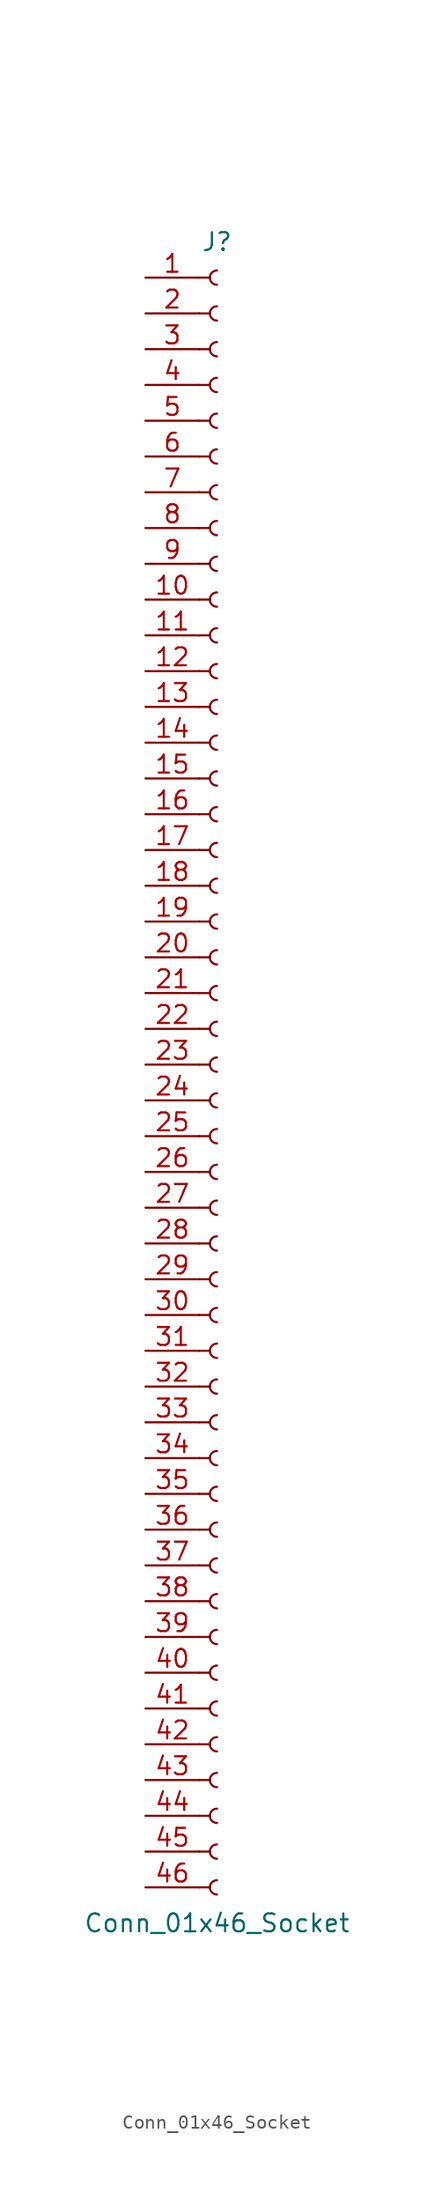
<source format=kicad_sym>
(kicad_symbol_lib
  (version 20220914)
  (generator kicad_symbol_editor)
  (symbol "Conn_01x46_Socket"
    (pin_names
      (offset 1.016) hide)
    (property "Reference" "J"
      (at 0 58.42 0)
      (effects (font (size 1.27 1.27))))
    (property "Value" "Conn_01x46_Socket"
      (at 0 -60.96 0)
      (effects (font (size 1.27 1.27))))
    (property "ki_locked" ""
      (at 0 0 0)
      (effects (font (size 1.27 1.27))))
    (symbol "Conn_01x46_Socket_1_1"
      (arc (start 0 -57.912) (mid -0.5058 -58.42) (end 0 -58.928) (stroke (width 0.1524) (type default)) (fill (type none)))
      (arc (start 0 -55.372) (mid -0.5058 -55.88) (end 0 -56.388) (stroke (width 0.1524) (type default)) (fill (type none)))
      (arc (start 0 -52.832) (mid -0.5058 -53.34) (end 0 -53.848) (stroke (width 0.1524) (type default)) (fill (type none)))
      (arc (start 0 -50.292) (mid -0.5058 -50.8) (end 0 -51.308) (stroke (width 0.1524) (type default)) (fill (type none)))
      (arc (start 0 -47.752) (mid -0.5058 -48.26) (end 0 -48.768) (stroke (width 0.1524) (type default)) (fill (type none)))
      (arc (start 0 -45.212) (mid -0.5058 -45.72) (end 0 -46.228) (stroke (width 0.1524) (type default)) (fill (type none)))
      (arc (start 0 -42.672) (mid -0.5058 -43.18) (end 0 -43.688) (stroke (width 0.1524) (type default)) (fill (type none)))
      (arc (start 0 -40.132) (mid -0.5058 -40.64) (end 0 -41.148) (stroke (width 0.1524) (type default)) (fill (type none)))
      (arc (start 0 -37.592) (mid -0.5058 -38.1) (end 0 -38.608) (stroke (width 0.1524) (type default)) (fill (type none)))
      (arc (start 0 -35.052) (mid -0.5058 -35.56) (end 0 -36.068) (stroke (width 0.1524) (type default)) (fill (type none)))
      (arc (start 0 -32.512) (mid -0.5058 -33.02) (end 0 -33.528) (stroke (width 0.1524) (type default)) (fill (type none)))
      (arc (start 0 -29.972) (mid -0.5058 -30.48) (end 0 -30.988) (stroke (width 0.1524) (type default)) (fill (type none)))
      (arc (start 0 -27.432) (mid -0.5058 -27.94) (end 0 -28.448) (stroke (width 0.1524) (type default)) (fill (type none)))
      (arc (start 0 -24.892) (mid -0.5058 -25.4) (end 0 -25.908) (stroke (width 0.1524) (type default)) (fill (type none)))
      (arc (start 0 -22.352) (mid -0.5058 -22.86) (end 0 -23.368) (stroke (width 0.1524) (type default)) (fill (type none)))
      (arc (start 0 -19.812) (mid -0.5058 -20.32) (end 0 -20.828) (stroke (width 0.1524) (type default)) (fill (type none)))
      (arc (start 0 -17.272) (mid -0.5058 -17.78) (end 0 -18.288) (stroke (width 0.1524) (type default)) (fill (type none)))
      (arc (start 0 -14.732) (mid -0.5058 -15.24) (end 0 -15.748) (stroke (width 0.1524) (type default)) (fill (type none)))
      (arc (start 0 -12.192) (mid -0.5058 -12.7) (end 0 -13.208) (stroke (width 0.1524) (type default)) (fill (type none)))
      (arc (start 0 -9.652) (mid -0.5058 -10.16) (end 0 -10.668) (stroke (width 0.1524) (type default)) (fill (type none)))
      (arc (start 0 -7.112) (mid -0.5058 -7.62) (end 0 -8.128) (stroke (width 0.1524) (type default)) (fill (type none)))
      (arc (start 0 -4.572) (mid -0.5058 -5.08) (end 0 -5.588) (stroke (width 0.1524) (type default)) (fill (type none)))
      (arc (start 0 -2.032) (mid -0.5058 -2.54) (end 0 -3.048) (stroke (width 0.1524) (type default)) (fill (type none)))
      (polyline (pts (xy -1.27 -58.42) (xy -0.508 -58.42)) (stroke (width 0.152) (type default)) (fill (type none)))
      (polyline (pts (xy -1.27 -55.88) (xy -0.508 -55.88)) (stroke (width 0.152) (type default)) (fill (type none)))
      (polyline (pts (xy -1.27 -53.34) (xy -0.508 -53.34)) (stroke (width 0.152) (type default)) (fill (type none)))
      (polyline (pts (xy -1.27 -50.8) (xy -0.508 -50.8)) (stroke (width 0.152) (type default)) (fill (type none)))
      (polyline (pts (xy -1.27 -48.26) (xy -0.508 -48.26)) (stroke (width 0.152) (type default)) (fill (type none)))
      (polyline (pts (xy -1.27 -45.72) (xy -0.508 -45.72)) (stroke (width 0.152) (type default)) (fill (type none)))
      (polyline (pts (xy -1.27 -43.18) (xy -0.508 -43.18)) (stroke (width 0.152) (type default)) (fill (type none)))
      (polyline (pts (xy -1.27 -40.64) (xy -0.508 -40.64)) (stroke (width 0.152) (type default)) (fill (type none)))
      (polyline (pts (xy -1.27 -38.1) (xy -0.508 -38.1)) (stroke (width 0.152) (type default)) (fill (type none)))
      (polyline (pts (xy -1.27 -35.56) (xy -0.508 -35.56)) (stroke (width 0.152) (type default)) (fill (type none)))
      (polyline (pts (xy -1.27 -33.02) (xy -0.508 -33.02)) (stroke (width 0.152) (type default)) (fill (type none)))
      (polyline (pts (xy -1.27 -30.48) (xy -0.508 -30.48)) (stroke (width 0.152) (type default)) (fill (type none)))
      (polyline (pts (xy -1.27 -27.94) (xy -0.508 -27.94)) (stroke (width 0.152) (type default)) (fill (type none)))
      (polyline (pts (xy -1.27 -25.4) (xy -0.508 -25.4)) (stroke (width 0.152) (type default)) (fill (type none)))
      (polyline (pts (xy -1.27 -22.86) (xy -0.508 -22.86)) (stroke (width 0.152) (type default)) (fill (type none)))
      (polyline (pts (xy -1.27 -20.32) (xy -0.508 -20.32)) (stroke (width 0.152) (type default)) (fill (type none)))
      (polyline (pts (xy -1.27 -17.78) (xy -0.508 -17.78)) (stroke (width 0.152) (type default)) (fill (type none)))
      (polyline (pts (xy -1.27 -15.24) (xy -0.508 -15.24)) (stroke (width 0.152) (type default)) (fill (type none)))
      (polyline (pts (xy -1.27 -12.7) (xy -0.508 -12.7)) (stroke (width 0.152) (type default)) (fill (type none)))
      (polyline (pts (xy -1.27 -10.16) (xy -0.508 -10.16)) (stroke (width 0.152) (type default)) (fill (type none)))
      (polyline (pts (xy -1.27 -7.62) (xy -0.508 -7.62)) (stroke (width 0.152) (type default)) (fill (type none)))
      (polyline (pts (xy -1.27 -5.08) (xy -0.508 -5.08)) (stroke (width 0.152) (type default)) (fill (type none)))
      (polyline (pts (xy -1.27 -2.54) (xy -0.508 -2.54)) (stroke (width 0.152) (type default)) (fill (type none)))
      (polyline (pts (xy -1.27 0) (xy -0.508 0)) (stroke (width 0.152) (type default)) (fill (type none)))
      (polyline (pts (xy -1.27 2.54) (xy -0.508 2.54)) (stroke (width 0.152) (type default)) (fill (type none)))
      (polyline (pts (xy -1.27 5.08) (xy -0.508 5.08)) (stroke (width 0.152) (type default)) (fill (type none)))
      (polyline (pts (xy -1.27 7.62) (xy -0.508 7.62)) (stroke (width 0.152) (type default)) (fill (type none)))
      (polyline (pts (xy -1.27 10.16) (xy -0.508 10.16)) (stroke (width 0.152) (type default)) (fill (type none)))
      (polyline (pts (xy -1.27 12.7) (xy -0.508 12.7)) (stroke (width 0.152) (type default)) (fill (type none)))
      (polyline (pts (xy -1.27 15.24) (xy -0.508 15.24)) (stroke (width 0.152) (type default)) (fill (type none)))
      (polyline (pts (xy -1.27 17.78) (xy -0.508 17.78)) (stroke (width 0.152) (type default)) (fill (type none)))
      (polyline (pts (xy -1.27 20.32) (xy -0.508 20.32)) (stroke (width 0.152) (type default)) (fill (type none)))
      (polyline (pts (xy -1.27 22.86) (xy -0.508 22.86)) (stroke (width 0.152) (type default)) (fill (type none)))
      (polyline (pts (xy -1.27 25.4) (xy -0.508 25.4)) (stroke (width 0.152) (type default)) (fill (type none)))
      (polyline (pts (xy -1.27 27.94) (xy -0.508 27.94)) (stroke (width 0.152) (type default)) (fill (type none)))
      (polyline (pts (xy -1.27 30.48) (xy -0.508 30.48)) (stroke (width 0.152) (type default)) (fill (type none)))
      (polyline (pts (xy -1.27 33.02) (xy -0.508 33.02)) (stroke (width 0.152) (type default)) (fill (type none)))
      (polyline (pts (xy -1.27 35.56) (xy -0.508 35.56)) (stroke (width 0.152) (type default)) (fill (type none)))
      (polyline (pts (xy -1.27 38.1) (xy -0.508 38.1)) (stroke (width 0.152) (type default)) (fill (type none)))
      (polyline (pts (xy -1.27 40.64) (xy -0.508 40.64)) (stroke (width 0.152) (type default)) (fill (type none)))
      (polyline (pts (xy -1.27 43.18) (xy -0.508 43.18)) (stroke (width 0.152) (type default)) (fill (type none)))
      (polyline (pts (xy -1.27 45.72) (xy -0.508 45.72)) (stroke (width 0.152) (type default)) (fill (type none)))
      (polyline (pts (xy -1.27 48.26) (xy -0.508 48.26)) (stroke (width 0.152) (type default)) (fill (type none)))
      (polyline (pts (xy -1.27 50.8) (xy -0.508 50.8)) (stroke (width 0.152) (type default)) (fill (type none)))
      (polyline (pts (xy -1.27 53.34) (xy -0.508 53.34)) (stroke (width 0.152) (type default)) (fill (type none)))
      (polyline (pts (xy -1.27 55.88) (xy -0.508 55.88)) (stroke (width 0.152) (type default)) (fill (type none)))
      (arc (start 0 0.508) (mid -0.5058 0) (end 0 -0.508) (stroke (width 0.1524) (type default)) (fill (type none)))
      (arc (start 0 3.048) (mid -0.5058 2.54) (end 0 2.032) (stroke (width 0.1524) (type default)) (fill (type none)))
      (arc (start 0 5.588) (mid -0.5058 5.08) (end 0 4.572) (stroke (width 0.1524) (type default)) (fill (type none)))
      (arc (start 0 8.128) (mid -0.5058 7.62) (end 0 7.112) (stroke (width 0.1524) (type default)) (fill (type none)))
      (arc (start 0 10.668) (mid -0.5058 10.16) (end 0 9.652) (stroke (width 0.1524) (type default)) (fill (type none)))
      (arc (start 0 13.208) (mid -0.5058 12.7) (end 0 12.192) (stroke (width 0.1524) (type default)) (fill (type none)))
      (arc (start 0 15.748) (mid -0.5058 15.24) (end 0 14.732) (stroke (width 0.1524) (type default)) (fill (type none)))
      (arc (start 0 18.288) (mid -0.5058 17.78) (end 0 17.272) (stroke (width 0.1524) (type default)) (fill (type none)))
      (arc (start 0 20.828) (mid -0.5058 20.32) (end 0 19.812) (stroke (width 0.1524) (type default)) (fill (type none)))
      (arc (start 0 23.368) (mid -0.5058 22.86) (end 0 22.352) (stroke (width 0.1524) (type default)) (fill (type none)))
      (arc (start 0 25.908) (mid -0.5058 25.4) (end 0 24.892) (stroke (width 0.1524) (type default)) (fill (type none)))
      (arc (start 0 28.448) (mid -0.5058 27.94) (end 0 27.432) (stroke (width 0.1524) (type default)) (fill (type none)))
      (arc (start 0 30.988) (mid -0.5058 30.48) (end 0 29.972) (stroke (width 0.1524) (type default)) (fill (type none)))
      (arc (start 0 33.528) (mid -0.5058 33.02) (end 0 32.512) (stroke (width 0.1524) (type default)) (fill (type none)))
      (arc (start 0 36.068) (mid -0.5058 35.56) (end 0 35.052) (stroke (width 0.1524) (type default)) (fill (type none)))
      (arc (start 0 38.608) (mid -0.5058 38.1) (end 0 37.592) (stroke (width 0.1524) (type default)) (fill (type none)))
      (arc (start 0 41.148) (mid -0.5058 40.64) (end 0 40.132) (stroke (width 0.1524) (type default)) (fill (type none)))
      (arc (start 0 43.688) (mid -0.5058 43.18) (end 0 42.672) (stroke (width 0.1524) (type default)) (fill (type none)))
      (arc (start 0 46.228) (mid -0.5058 45.72) (end 0 45.212) (stroke (width 0.1524) (type default)) (fill (type none)))
      (arc (start 0 48.768) (mid -0.5058 48.26) (end 0 47.752) (stroke (width 0.1524) (type default)) (fill (type none)))
      (arc (start 0 51.308) (mid -0.5058 50.8) (end 0 50.292) (stroke (width 0.1524) (type default)) (fill (type none)))
      (arc (start 0 53.848) (mid -0.5058 53.34) (end 0 52.832) (stroke (width 0.1524) (type default)) (fill (type none)))
      (arc (start 0 56.388) (mid -0.5058 55.88) (end 0 55.372) (stroke (width 0.1524) (type default)) (fill (type none)))
      (pin passive line (at -5.08 55.88 0) (length 3.81) (name "Pin_1" (effects (font (size 1.27 1.27)))) (number "1" (effects (font (size 1.27 1.27)))))
      (pin passive line (at -5.08 33.02 0) (length 3.81) (name "Pin_10" (effects (font (size 1.27 1.27)))) (number "10" (effects (font (size 1.27 1.27)))))
      (pin passive line (at -5.08 30.48 0) (length 3.81) (name "Pin_11" (effects (font (size 1.27 1.27)))) (number "11" (effects (font (size 1.27 1.27)))))
      (pin passive line (at -5.08 27.94 0) (length 3.81) (name "Pin_12" (effects (font (size 1.27 1.27)))) (number "12" (effects (font (size 1.27 1.27)))))
      (pin passive line (at -5.08 25.4 0) (length 3.81) (name "Pin_13" (effects (font (size 1.27 1.27)))) (number "13" (effects (font (size 1.27 1.27)))))
      (pin passive line (at -5.08 22.86 0) (length 3.81) (name "Pin_14" (effects (font (size 1.27 1.27)))) (number "14" (effects (font (size 1.27 1.27)))))
      (pin passive line (at -5.08 20.32 0) (length 3.81) (name "Pin_15" (effects (font (size 1.27 1.27)))) (number "15" (effects (font (size 1.27 1.27)))))
      (pin passive line (at -5.08 17.78 0) (length 3.81) (name "Pin_16" (effects (font (size 1.27 1.27)))) (number "16" (effects (font (size 1.27 1.27)))))
      (pin passive line (at -5.08 15.24 0) (length 3.81) (name "Pin_17" (effects (font (size 1.27 1.27)))) (number "17" (effects (font (size 1.27 1.27)))))
      (pin passive line (at -5.08 12.7 0) (length 3.81) (name "Pin_18" (effects (font (size 1.27 1.27)))) (number "18" (effects (font (size 1.27 1.27)))))
      (pin passive line (at -5.08 10.16 0) (length 3.81) (name "Pin_19" (effects (font (size 1.27 1.27)))) (number "19" (effects (font (size 1.27 1.27)))))
      (pin passive line (at -5.08 53.34 0) (length 3.81) (name "Pin_2" (effects (font (size 1.27 1.27)))) (number "2" (effects (font (size 1.27 1.27)))))
      (pin passive line (at -5.08 7.62 0) (length 3.81) (name "Pin_20" (effects (font (size 1.27 1.27)))) (number "20" (effects (font (size 1.27 1.27)))))
      (pin passive line (at -5.08 5.08 0) (length 3.81) (name "Pin_21" (effects (font (size 1.27 1.27)))) (number "21" (effects (font (size 1.27 1.27)))))
      (pin passive line (at -5.08 2.54 0) (length 3.81) (name "Pin_22" (effects (font (size 1.27 1.27)))) (number "22" (effects (font (size 1.27 1.27)))))
      (pin passive line (at -5.08 0 0) (length 3.81) (name "Pin_23" (effects (font (size 1.27 1.27)))) (number "23" (effects (font (size 1.27 1.27)))))
      (pin passive line (at -5.08 -2.54 0) (length 3.81) (name "Pin_24" (effects (font (size 1.27 1.27)))) (number "24" (effects (font (size 1.27 1.27)))))
      (pin passive line (at -5.08 -5.08 0) (length 3.81) (name "Pin_25" (effects (font (size 1.27 1.27)))) (number "25" (effects (font (size 1.27 1.27)))))
      (pin passive line (at -5.08 -7.62 0) (length 3.81) (name "Pin_26" (effects (font (size 1.27 1.27)))) (number "26" (effects (font (size 1.27 1.27)))))
      (pin passive line (at -5.08 -10.16 0) (length 3.81) (name "Pin_27" (effects (font (size 1.27 1.27)))) (number "27" (effects (font (size 1.27 1.27)))))
      (pin passive line (at -5.08 -12.7 0) (length 3.81) (name "Pin_28" (effects (font (size 1.27 1.27)))) (number "28" (effects (font (size 1.27 1.27)))))
      (pin passive line (at -5.08 -15.24 0) (length 3.81) (name "Pin_29" (effects (font (size 1.27 1.27)))) (number "29" (effects (font (size 1.27 1.27)))))
      (pin passive line (at -5.08 50.8 0) (length 3.81) (name "Pin_3" (effects (font (size 1.27 1.27)))) (number "3" (effects (font (size 1.27 1.27)))))
      (pin passive line (at -5.08 -17.78 0) (length 3.81) (name "Pin_30" (effects (font (size 1.27 1.27)))) (number "30" (effects (font (size 1.27 1.27)))))
      (pin passive line (at -5.08 -20.32 0) (length 3.81) (name "Pin_31" (effects (font (size 1.27 1.27)))) (number "31" (effects (font (size 1.27 1.27)))))
      (pin passive line (at -5.08 -22.86 0) (length 3.81) (name "Pin_32" (effects (font (size 1.27 1.27)))) (number "32" (effects (font (size 1.27 1.27)))))
      (pin passive line (at -5.08 -25.4 0) (length 3.81) (name "Pin_33" (effects (font (size 1.27 1.27)))) (number "33" (effects (font (size 1.27 1.27)))))
      (pin passive line (at -5.08 -27.94 0) (length 3.81) (name "Pin_34" (effects (font (size 1.27 1.27)))) (number "34" (effects (font (size 1.27 1.27)))))
      (pin passive line (at -5.08 -30.48 0) (length 3.81) (name "Pin_35" (effects (font (size 1.27 1.27)))) (number "35" (effects (font (size 1.27 1.27)))))
      (pin passive line (at -5.08 -33.02 0) (length 3.81) (name "Pin_36" (effects (font (size 1.27 1.27)))) (number "36" (effects (font (size 1.27 1.27)))))
      (pin passive line (at -5.08 -35.56 0) (length 3.81) (name "Pin_37" (effects (font (size 1.27 1.27)))) (number "37" (effects (font (size 1.27 1.27)))))
      (pin passive line (at -5.08 -38.1 0) (length 3.81) (name "Pin_38" (effects (font (size 1.27 1.27)))) (number "38" (effects (font (size 1.27 1.27)))))
      (pin passive line (at -5.08 -40.64 0) (length 3.81) (name "Pin_39" (effects (font (size 1.27 1.27)))) (number "39" (effects (font (size 1.27 1.27)))))
      (pin passive line (at -5.08 48.26 0) (length 3.81) (name "Pin_4" (effects (font (size 1.27 1.27)))) (number "4" (effects (font (size 1.27 1.27)))))
      (pin passive line (at -5.08 -43.18 0) (length 3.81) (name "Pin_40" (effects (font (size 1.27 1.27)))) (number "40" (effects (font (size 1.27 1.27)))))
      (pin passive line (at -5.08 -45.72 0) (length 3.81) (name "Pin_41" (effects (font (size 1.27 1.27)))) (number "41" (effects (font (size 1.27 1.27)))))
      (pin passive line (at -5.08 -48.26 0) (length 3.81) (name "Pin_42" (effects (font (size 1.27 1.27)))) (number "42" (effects (font (size 1.27 1.27)))))
      (pin passive line (at -5.08 -50.8 0) (length 3.81) (name "Pin_43" (effects (font (size 1.27 1.27)))) (number "43" (effects (font (size 1.27 1.27)))))
      (pin passive line (at -5.08 -53.34 0) (length 3.81) (name "Pin_44" (effects (font (size 1.27 1.27)))) (number "44" (effects (font (size 1.27 1.27)))))
      (pin passive line (at -5.08 -55.88 0) (length 3.81) (name "Pin_45" (effects (font (size 1.27 1.27)))) (number "45" (effects (font (size 1.27 1.27)))))
      (pin passive line (at -5.08 -58.42 0) (length 3.81) (name "Pin_46" (effects (font (size 1.27 1.27)))) (number "46" (effects (font (size 1.27 1.27)))))
      (pin passive line (at -5.08 45.72 0) (length 3.81) (name "Pin_5" (effects (font (size 1.27 1.27)))) (number "5" (effects (font (size 1.27 1.27)))))
      (pin passive line (at -5.08 43.18 0) (length 3.81) (name "Pin_6" (effects (font (size 1.27 1.27)))) (number "6" (effects (font (size 1.27 1.27)))))
      (pin passive line (at -5.08 40.64 0) (length 3.81) (name "Pin_7" (effects (font (size 1.27 1.27)))) (number "7" (effects (font (size 1.27 1.27)))))
      (pin passive line (at -5.08 38.1 0) (length 3.81) (name "Pin_8" (effects (font (size 1.27 1.27)))) (number "8" (effects (font (size 1.27 1.27)))))
      (pin passive line (at -5.08 35.56 0) (length 3.81) (name "Pin_9" (effects (font (size 1.27 1.27)))) (number "9" (effects (font (size 1.27 1.27))))))))
</source>
